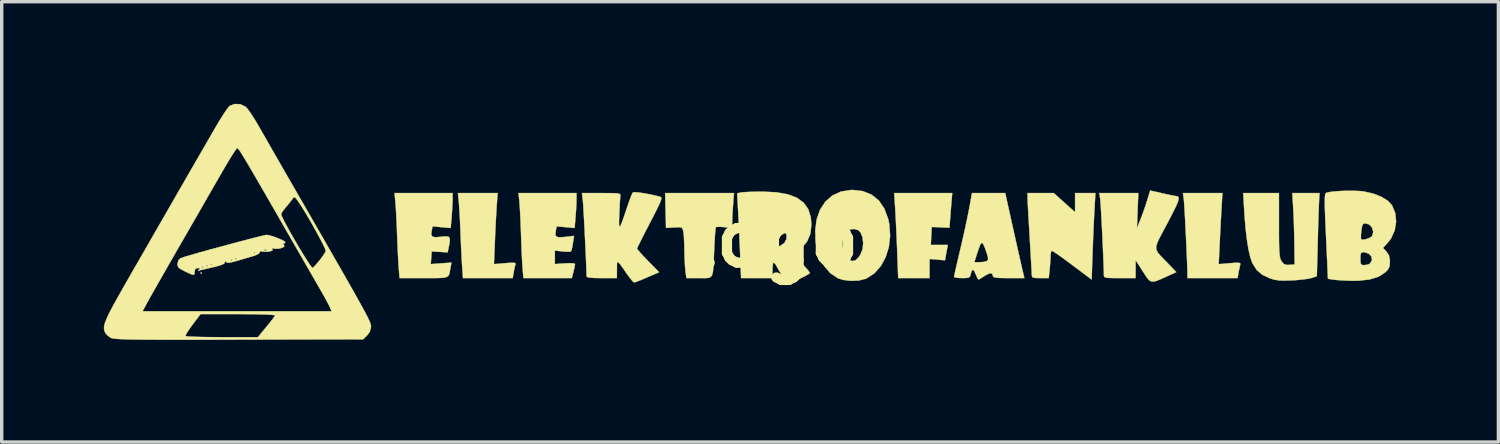
<source format=kicad_pcb>
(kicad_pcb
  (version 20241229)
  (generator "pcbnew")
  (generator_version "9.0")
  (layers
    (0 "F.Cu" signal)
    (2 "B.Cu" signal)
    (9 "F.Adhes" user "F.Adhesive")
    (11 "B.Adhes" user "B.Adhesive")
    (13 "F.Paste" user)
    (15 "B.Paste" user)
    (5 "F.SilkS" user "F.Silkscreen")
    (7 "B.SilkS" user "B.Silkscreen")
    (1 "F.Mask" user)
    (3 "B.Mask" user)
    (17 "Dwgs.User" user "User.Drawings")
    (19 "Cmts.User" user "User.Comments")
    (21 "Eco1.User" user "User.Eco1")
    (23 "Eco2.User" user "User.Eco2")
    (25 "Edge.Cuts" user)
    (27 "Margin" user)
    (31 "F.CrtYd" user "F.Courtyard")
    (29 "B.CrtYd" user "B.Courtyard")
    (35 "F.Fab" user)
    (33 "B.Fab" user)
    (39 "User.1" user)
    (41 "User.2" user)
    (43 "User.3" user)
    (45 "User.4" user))
  (footprint "logo"
    (layer "F.Cu")
    (at 19.687 3.977)
    (property "Reference" "logo" (at 0 0 0) (layer "F.SilkS") (effects (font (size 1.524 1.524) (thickness 0.3))))
    (attr through_hole)
    (fp_poly (pts (xy -16.806 0.995) (xy -16.828 1.016) (xy -16.849 0.995) (xy -16.828 0.974) (xy -16.806 0.995)) (stroke (width 0.01) (type solid)) (fill yes) (layer "F.SilkS"))
    (fp_poly (pts (xy 5.224 -1.175) (xy 5.213 -1.041) (xy 5.198 -0.861) (xy 5.184 -0.673) (xy 5.183 -0.665) (xy 5.157 -0.336) (xy 4.896 -0.348) (xy 4.636 -0.36) (xy 4.623 -0.095) (xy 4.61 0.169) (xy 5.108 0.169) (xy 5.067 0.395) (xy 5.026 0.62) (xy 4.572 0.582) (xy 4.572 1.143) (xy 3.651 1.143) (xy 3.62 0.307) (xy 3.608 0.015) (xy 3.595 -0.281) (xy 3.582 -0.556) (xy 3.57 -0.79) (xy 3.561 -0.942) (xy 3.533 -1.355) (xy 5.239 -1.355) (xy 5.224 -1.175)) (stroke (width 0.01) (type solid)) (fill yes) (layer "F.SilkS"))
    (fp_poly (pts (xy -8.142 -1.005) (xy -8.153 -0.837) (xy -8.166 -0.61) (xy -8.179 -0.348) (xy -8.192 -0.077) (xy -8.196 0.038) (xy -8.225 0.733) (xy -7.897 0.705) (xy -7.732 0.693) (xy -7.637 0.693) (xy -7.595 0.706) (xy -7.591 0.735) (xy -7.594 0.745) (xy -7.618 0.829) (xy -7.642 0.952) (xy -7.647 0.977) (xy -7.673 1.143) (xy -9.136 1.143) (xy -9.16 0.794) (xy -9.171 0.619) (xy -9.183 0.388) (xy -9.195 0.127) (xy -9.206 -0.136) (xy -9.208 -0.191) (xy -9.218 -0.44) (xy -9.23 -0.684) (xy -9.243 -0.897) (xy -9.254 -1.057) (xy -9.257 -1.09) (xy -9.283 -1.355) (xy -8.116 -1.355) (xy -8.142 -1.005)) (stroke (width 0.01) (type solid)) (fill yes) (layer "F.SilkS"))
    (fp_poly (pts (xy 13.151 -0.921) (xy 13.139 -0.707) (xy 13.125 -0.442) (xy 13.11 -0.158) (xy 13.097 0.111) (xy 13.097 0.123) (xy 13.068 0.733) (xy 13.395 0.706) (xy 13.559 0.693) (xy 13.654 0.693) (xy 13.697 0.706) (xy 13.704 0.735) (xy 13.7 0.752) (xy 13.678 0.842) (xy 13.653 0.966) (xy 13.65 0.984) (xy 13.622 1.143) (xy 12.15 1.143) (xy 12.149 1.027) (xy 12.147 0.904) (xy 12.141 0.72) (xy 12.131 0.49) (xy 12.12 0.229) (xy 12.107 -0.048) (xy 12.093 -0.325) (xy 12.08 -0.588) (xy 12.067 -0.821) (xy 12.055 -1.008) (xy 12.046 -1.135) (xy 12.042 -1.175) (xy 12.017 -1.355) (xy 13.177 -1.355) (xy 13.151 -0.921)) (stroke (width 0.01) (type solid)) (fill yes) (layer "F.SilkS"))
    (fp_poly (pts (xy -1.173 -1.355) (xy -1.2 -1.005) (xy -1.213 -0.817) (xy -1.223 -0.64) (xy -1.227 -0.507) (xy -1.227 -0.492) (xy -1.228 -0.327) (xy -1.458 -0.354) (xy -1.588 -0.364) (xy -1.681 -0.36) (xy -1.708 -0.349) (xy -1.717 -0.298) (xy -1.727 -0.177) (xy -1.739 -0.004) (xy -1.75 0.208) (xy -1.755 0.318) (xy -1.767 0.602) (xy -1.777 0.812) (xy -1.792 0.96) (xy -1.817 1.057) (xy -1.859 1.112) (xy -1.923 1.138) (xy -2.014 1.145) (xy -2.14 1.143) (xy -2.196 1.143) (xy -2.571 1.143) (xy -2.598 0.947) (xy -2.61 0.817) (xy -2.621 0.633) (xy -2.628 0.425) (xy -2.63 0.322) (xy -2.635 0.125) (xy -2.643 -0.053) (xy -2.655 -0.186) (xy -2.662 -0.233) (xy -2.682 -0.304) (xy -2.716 -0.341) (xy -2.787 -0.351) (xy -2.918 -0.346) (xy -2.93 -0.345) (xy -3.17 -0.331) (xy -3.183 -0.843) (xy -3.196 -1.355) (xy -1.173 -1.355)) (stroke (width 0.01) (type solid)) (fill yes) (layer "F.SilkS"))
    (fp_poly (pts (xy 8.534 -1.074) (xy 8.848 -0.794) (xy 8.848 -1.355) (xy 9.445 -1.355) (xy 9.417 -0.857) (xy 9.405 -0.641) (xy 9.393 -0.368) (xy 9.38 -0.064) (xy 9.368 0.241) (xy 9.361 0.413) (xy 9.335 1.187) (xy 8.77 0.763) (xy 8.58 0.622) (xy 8.412 0.5) (xy 8.279 0.408) (xy 8.193 0.352) (xy 8.167 0.339) (xy 8.141 0.376) (xy 8.128 0.467) (xy 8.128 0.481) (xy 8.123 0.602) (xy 8.112 0.765) (xy 8.101 0.883) (xy 8.074 1.143) (xy 7.826 1.143) (xy 7.687 1.14) (xy 7.612 1.127) (xy 7.582 1.095) (xy 7.577 1.048) (xy 7.574 0.98) (xy 7.566 0.84) (xy 7.555 0.642) (xy 7.541 0.399) (xy 7.525 0.123) (xy 7.514 -0.064) (xy 7.497 -0.356) (xy 7.481 -0.628) (xy 7.468 -0.864) (xy 7.458 -1.052) (xy 7.453 -1.177) (xy 7.452 -1.217) (xy 7.451 -1.355) (xy 8.221 -1.355) (xy 8.534 -1.074)) (stroke (width 0.01) (type solid)) (fill yes) (layer "F.SilkS"))
    (fp_poly (pts (xy -5.8 -1.171) (xy -5.803 -1.035) (xy -5.813 -0.853) (xy -5.827 -0.664) (xy -5.828 -0.657) (xy -5.855 -0.328) (xy -6.383 -0.377) (xy -6.408 -0.248) (xy -6.421 -0.14) (xy -6.397 -0.079) (xy -6.321 -0.056) (xy -6.181 -0.062) (xy -6.129 -0.068) (xy -5.873 -0.097) (xy -5.904 0.11) (xy -5.926 0.238) (xy -5.948 0.33) (xy -5.957 0.353) (xy -6.008 0.369) (xy -6.115 0.369) (xy -6.207 0.361) (xy -6.435 0.333) (xy -6.435 0.731) (xy -6.138 0.71) (xy -5.988 0.704) (xy -5.883 0.71) (xy -5.842 0.727) (xy -5.842 0.728) (xy -5.852 0.79) (xy -5.876 0.9) (xy -5.889 0.955) (xy -5.937 1.143) (xy -7.359 1.143) (xy -7.382 0.878) (xy -7.391 0.746) (xy -7.402 0.55) (xy -7.413 0.31) (xy -7.423 0.049) (xy -7.429 -0.127) (xy -7.439 -0.39) (xy -7.449 -0.642) (xy -7.461 -0.863) (xy -7.472 -1.034) (xy -7.478 -1.111) (xy -7.504 -1.355) (xy -5.8 -1.355) (xy -5.8 -1.171)) (stroke (width 0.01) (type solid)) (fill yes) (layer "F.SilkS"))
    (fp_poly (pts (xy -9.44 -1.171) (xy -9.444 -1.035) (xy -9.454 -0.853) (xy -9.468 -0.664) (xy -9.468 -0.657) (xy -9.496 -0.328) (xy -9.762 -0.352) (xy -10.027 -0.377) (xy -10.054 -0.253) (xy -10.067 -0.138) (xy -10.035 -0.076) (xy -9.944 -0.057) (xy -9.82 -0.068) (xy -9.655 -0.084) (xy -9.56 -0.072) (xy -9.521 -0.021) (xy -9.525 0.082) (xy -9.54 0.168) (xy -9.585 0.387) (xy -9.82 0.373) (xy -10.054 0.36) (xy -10.067 0.546) (xy -10.081 0.731) (xy -9.778 0.71) (xy -9.475 0.688) (xy -9.502 0.841) (xy -9.521 0.951) (xy -9.539 1.03) (xy -9.571 1.084) (xy -9.628 1.117) (xy -9.722 1.135) (xy -9.866 1.142) (xy -10.073 1.143) (xy -10.286 1.143) (xy -10.999 1.143) (xy -11.023 0.836) (xy -11.033 0.681) (xy -11.045 0.466) (xy -11.056 0.217) (xy -11.067 -0.043) (xy -11.07 -0.127) (xy -11.08 -0.382) (xy -11.092 -0.633) (xy -11.104 -0.856) (xy -11.116 -1.026) (xy -11.119 -1.069) (xy -11.145 -1.355) (xy -9.44 -1.355) (xy -9.44 -1.171)) (stroke (width 0.01) (type solid)) (fill yes) (layer "F.SilkS"))
    (fp_poly (pts (xy 2.608 -1.413) (xy 2.869 -1.309) (xy 3.083 -1.136) (xy 3.246 -0.896) (xy 3.358 -0.592) (xy 3.391 -0.432) (xy 3.414 -0.096) (xy 3.377 0.229) (xy 3.283 0.529) (xy 3.14 0.791) (xy 2.953 1.002) (xy 2.727 1.15) (xy 2.7 1.162) (xy 2.501 1.213) (xy 2.267 1.224) (xy 2.037 1.197) (xy 1.883 1.149) (xy 1.661 1.002) (xy 1.476 0.788) (xy 1.335 0.517) (xy 1.246 0.199) (xy 1.243 0.18) (xy 2.013 0.18) (xy 2.05 0.375) (xy 2.135 0.536) (xy 2.18 0.582) (xy 2.288 0.643) (xy 2.388 0.627) (xy 2.488 0.532) (xy 2.542 0.452) (xy 2.604 0.296) (xy 2.623 0.118) (xy 2.603 -0.055) (xy 2.545 -0.197) (xy 2.481 -0.264) (xy 2.369 -0.299) (xy 2.239 -0.287) (xy 2.132 -0.235) (xy 2.102 -0.201) (xy 2.03 -0.021) (xy 2.013 0.18) (xy 1.243 0.18) (xy 1.234 0.122) (xy 1.213 -0.248) (xy 1.255 -0.58) (xy 1.356 -0.867) (xy 1.511 -1.103) (xy 1.717 -1.283) (xy 1.969 -1.399) (xy 2.263 -1.446) (xy 2.3 -1.447) (xy 2.608 -1.413)) (stroke (width 0.01) (type solid)) (fill yes) (layer "F.SilkS"))
    (fp_poly (pts (xy 14.838 -0.411) (xy 14.838 -0.099) (xy 14.841 0.139) (xy 14.846 0.316) (xy 14.855 0.444) (xy 14.868 0.533) (xy 14.886 0.595) (xy 14.91 0.643) (xy 14.914 0.65) (xy 14.983 0.73) (xy 15.069 0.756) (xy 15.145 0.754) (xy 15.299 0.741) (xy 15.29 0.106) (xy 15.285 -0.162) (xy 15.277 -0.442) (xy 15.267 -0.703) (xy 15.257 -0.914) (xy 15.255 -0.942) (xy 15.229 -1.355) (xy 16.03 -1.355) (xy 16.017 -1.132) (xy 16.012 -1.026) (xy 16.005 -0.85) (xy 15.997 -0.621) (xy 15.989 -0.353) (xy 15.981 -0.062) (xy 15.977 0.09) (xy 15.951 1.089) (xy 15.796 1.14) (xy 15.686 1.164) (xy 15.52 1.186) (xy 15.324 1.204) (xy 15.219 1.21) (xy 14.998 1.217) (xy 14.835 1.211) (xy 14.703 1.19) (xy 14.574 1.151) (xy 14.572 1.151) (xy 14.349 1.046) (xy 14.187 0.908) (xy 14.062 0.714) (xy 14.055 0.7) (xy 13.997 0.537) (xy 13.943 0.302) (xy 13.895 0.006) (xy 13.855 -0.338) (xy 13.824 -0.718) (xy 13.818 -0.826) (xy 13.788 -1.355) (xy 14.313 -1.355) (xy 14.838 -1.355) (xy 14.838 -0.411)) (stroke (width 0.01) (type solid)) (fill yes) (layer "F.SilkS"))
    (fp_poly (pts (xy 11.401 -1.351) (xy 11.565 -1.314) (xy 11.698 -1.287) (xy 11.779 -1.272) (xy 11.79 -1.27) (xy 11.849 -1.262) (xy 11.884 -1.237) (xy 11.892 -1.186) (xy 11.87 -1.099) (xy 11.815 -0.969) (xy 11.724 -0.785) (xy 11.596 -0.538) (xy 11.559 -0.466) (xy 11.424 -0.214) (xy 11.324 -0.025) (xy 11.26 0.116) (xy 11.23 0.223) (xy 11.237 0.31) (xy 11.279 0.393) (xy 11.356 0.485) (xy 11.47 0.602) (xy 11.572 0.706) (xy 11.823 0.967) (xy 11.533 1.099) (xy 11.338 1.187) (xy 11.202 1.238) (xy 11.107 1.248) (xy 11.032 1.214) (xy 10.959 1.13) (xy 10.869 0.993) (xy 10.839 0.946) (xy 10.626 0.614) (xy 10.626 0.878) (xy 10.626 1.143) (xy 10.16 1.143) (xy 9.957 1.142) (xy 9.823 1.138) (xy 9.745 1.128) (xy 9.707 1.107) (xy 9.695 1.075) (xy 9.694 1.048) (xy 9.692 0.929) (xy 9.686 0.748) (xy 9.677 0.521) (xy 9.666 0.263) (xy 9.653 -0.013) (xy 9.64 -0.291) (xy 9.626 -0.556) (xy 9.613 -0.795) (xy 9.601 -0.991) (xy 9.591 -1.131) (xy 9.585 -1.196) (xy 9.56 -1.355) (xy 10.706 -1.355) (xy 10.685 -0.836) (xy 10.665 -0.318) (xy 10.774 -0.592) (xy 10.848 -0.79) (xy 10.925 -1.01) (xy 10.969 -1.148) (xy 11.054 -1.429) (xy 11.401 -1.351)) (stroke (width 0.01) (type solid)) (fill yes) (layer "F.SilkS"))
    (fp_poly (pts (xy 7.019 -0.349) (xy 7.085 -0.053) (xy 7.148 0.229) (xy 7.206 0.483) (xy 7.253 0.694) (xy 7.288 0.845) (xy 7.301 0.9) (xy 7.358 1.143) (xy 6.897 1.143) (xy 6.688 1.141) (xy 6.55 1.134) (xy 6.471 1.12) (xy 6.438 1.097) (xy 6.435 1.082) (xy 6.41 1.008) (xy 6.335 1.003) (xy 6.211 1.065) (xy 6.193 1.077) (xy 6.093 1.142) (xy 6.024 1.181) (xy 6.01 1.185) (xy 5.982 1.15) (xy 5.942 1.062) (xy 5.932 1.037) (xy 5.881 0.925) (xy 5.837 0.897) (xy 5.801 0.953) (xy 5.785 1.016) (xy 5.765 1.089) (xy 5.729 1.126) (xy 5.652 1.141) (xy 5.526 1.143) (xy 5.398 1.137) (xy 5.313 1.123) (xy 5.292 1.109) (xy 5.301 1.059) (xy 5.327 0.94) (xy 5.367 0.765) (xy 5.387 0.677) (xy 5.888 0.677) (xy 6.045 0.677) (xy 6.165 0.667) (xy 6.253 0.643) (xy 6.26 0.639) (xy 6.29 0.604) (xy 6.29 0.541) (xy 6.259 0.428) (xy 6.249 0.397) (xy 6.188 0.227) (xy 6.143 0.133) (xy 6.107 0.108) (xy 6.073 0.144) (xy 6.051 0.192) (xy 6.005 0.315) (xy 5.955 0.463) (xy 5.945 0.497) (xy 5.888 0.677) (xy 5.387 0.677) (xy 5.417 0.549) (xy 5.475 0.303) (xy 5.477 0.294) (xy 5.543 0.011) (xy 5.608 -0.28) (xy 5.667 -0.554) (xy 5.715 -0.788) (xy 5.741 -0.921) (xy 5.819 -1.355) (xy 6.796 -1.355) (xy 7.019 -0.349)) (stroke (width 0.01) (type solid)) (fill yes) (layer "F.SilkS"))
    (fp_poly (pts (xy 0.071 -1.378) (xy 0.408 -1.318) (xy 0.675 -1.217) (xy 0.874 -1.072) (xy 1.01 -0.881) (xy 1.084 -0.642) (xy 1.101 -0.423) (xy 1.07 -0.155) (xy 0.974 0.07) (xy 0.803 0.267) (xy 0.759 0.305) (xy 0.584 0.451) (xy 0.821 0.707) (xy 0.93 0.829) (xy 1.013 0.927) (xy 1.056 0.985) (xy 1.058 0.993) (xy 1.023 1.023) (xy 0.929 1.077) (xy 0.796 1.144) (xy 0.773 1.156) (xy 0.631 1.222) (xy 0.521 1.274) (xy 0.463 1.302) (xy 0.46 1.303) (xy 0.421 1.28) (xy 0.351 1.209) (xy 0.305 1.154) (xy 0.208 1.017) (xy 0.122 0.874) (xy 0.102 0.835) (xy 0.047 0.736) (xy 0.002 0.682) (xy -0.008 0.677) (xy -0.027 0.716) (xy -0.039 0.814) (xy -0.042 0.91) (xy -0.042 1.143) (xy -0.965 1.143) (xy -0.993 0.434) (xy -1.005 0.142) (xy -1.014 -0.042) (xy 0 -0.042) (xy 0.003 0.104) (xy 0.011 0.21) (xy 0.022 0.254) (xy 0.023 0.254) (xy 0.073 0.239) (xy 0.168 0.203) (xy 0.188 0.194) (xy 0.308 0.109) (xy 0.37 -0.006) (xy 0.371 -0.129) (xy 0.309 -0.237) (xy 0.232 -0.289) (xy 0.12 -0.333) (xy 0.051 -0.333) (xy 0.015 -0.277) (xy 0.001 -0.155) (xy 0 -0.042) (xy -1.014 -0.042) (xy -1.019 -0.171) (xy -1.034 -0.476) (xy -1.047 -0.738) (xy -1.051 -0.812) (xy -1.08 -1.348) (xy -0.958 -1.373) (xy -0.868 -1.382) (xy -0.715 -1.39) (xy -0.522 -1.395) (xy -0.338 -1.397) (xy 0.071 -1.378)) (stroke (width 0.01) (type solid)) (fill yes) (layer "F.SilkS"))
    (fp_poly (pts (xy -3.975 -1.372) (xy -3.818 -1.349) (xy -3.64 -1.317) (xy -3.461 -1.277) (xy -3.332 -1.243) (xy -3.31 -1.227) (xy -3.307 -1.19) (xy -3.326 -1.122) (xy -3.372 -1.014) (xy -3.449 -0.856) (xy -3.559 -0.639) (xy -3.639 -0.486) (xy -3.757 -0.258) (xy -3.86 -0.056) (xy -3.942 0.108) (xy -3.998 0.223) (xy -4.021 0.276) (xy -4.022 0.278) (xy -3.994 0.318) (xy -3.919 0.404) (xy -3.808 0.524) (xy -3.698 0.639) (xy -3.374 0.971) (xy -3.582 1.061) (xy -3.79 1.15) (xy -3.935 1.211) (xy -4.028 1.247) (xy -4.082 1.265) (xy -4.109 1.27) (xy -4.149 1.238) (xy -4.22 1.153) (xy -4.309 1.034) (xy -4.314 1.027) (xy -4.439 0.846) (xy -4.524 0.729) (xy -4.575 0.673) (xy -4.601 0.673) (xy -4.611 0.724) (xy -4.612 0.824) (xy -4.612 0.878) (xy -4.614 1.143) (xy -5.059 1.143) (xy -5.273 1.14) (xy -5.412 1.13) (xy -5.485 1.112) (xy -5.504 1.09) (xy -5.507 0.959) (xy -5.514 0.767) (xy -5.524 0.531) (xy -5.536 0.265) (xy -5.55 -0.016) (xy -5.563 -0.295) (xy -5.577 -0.559) (xy -5.59 -0.791) (xy -5.601 -0.976) (xy -5.61 -1.1) (xy -5.613 -1.132) (xy -5.64 -1.355) (xy -5.07 -1.355) (xy -4.841 -1.354) (xy -4.683 -1.352) (xy -4.585 -1.344) (xy -4.532 -1.33) (xy -4.511 -1.307) (xy -4.511 -1.273) (xy -4.512 -1.259) (xy -4.52 -1.178) (xy -4.529 -1.035) (xy -4.538 -0.853) (xy -4.544 -0.72) (xy -4.55 -0.538) (xy -4.549 -0.42) (xy -4.538 -0.367) (xy -4.515 -0.383) (xy -4.475 -0.471) (xy -4.416 -0.633) (xy -4.335 -0.872) (xy -4.315 -0.931) (xy -4.254 -1.106) (xy -4.2 -1.251) (xy -4.16 -1.346) (xy -4.144 -1.373) (xy -4.091 -1.381) (xy -3.975 -1.372)) (stroke (width 0.01) (type solid)) (fill yes) (layer "F.SilkS"))
    (fp_poly (pts (xy 17.048 -1.422) (xy 17.233 -1.413) (xy 17.33 -1.402) (xy 17.604 -1.341) (xy 17.845 -1.247) (xy 18.037 -1.129) (xy 18.16 -0.996) (xy 18.255 -0.766) (xy 18.28 -0.514) (xy 18.239 -0.259) (xy 18.133 -0.025) (xy 18.047 0.088) (xy 17.895 0.257) (xy 17.996 0.365) (xy 18.069 0.474) (xy 18.096 0.615) (xy 18.098 0.663) (xy 18.087 0.798) (xy 18.041 0.893) (xy 17.962 0.975) (xy 17.762 1.103) (xy 17.5 1.184) (xy 17.17 1.22) (xy 17 1.222) (xy 16.804 1.216) (xy 16.62 1.206) (xy 16.478 1.194) (xy 16.447 1.19) (xy 16.277 1.164) (xy 16.268 0.953) (xy 16.263 0.85) (xy 16.256 0.679) (xy 16.251 0.572) (xy 17.23 0.572) (xy 17.234 0.689) (xy 17.255 0.744) (xy 17.308 0.761) (xy 17.348 0.762) (xy 17.454 0.745) (xy 17.518 0.711) (xy 17.571 0.612) (xy 17.554 0.511) (xy 17.48 0.428) (xy 17.36 0.384) (xy 17.317 0.381) (xy 17.263 0.393) (xy 17.237 0.442) (xy 17.23 0.551) (xy 17.23 0.572) (xy 16.251 0.572) (xy 16.245 0.452) (xy 16.233 0.185) (xy 16.22 -0.108) (xy 16.219 -0.118) (xy 17.247 -0.118) (xy 17.247 -0.024) (xy 17.253 0.003) (xy 17.304 0.016) (xy 17.396 -0.000126) (xy 17.494 -0.037) (xy 17.566 -0.083) (xy 17.575 -0.094) (xy 17.608 -0.214) (xy 17.577 -0.333) (xy 17.497 -0.427) (xy 17.382 -0.466) (xy 17.377 -0.466) (xy 17.32 -0.454) (xy 17.287 -0.407) (xy 17.265 -0.303) (xy 17.258 -0.248) (xy 17.247 -0.118) (xy 16.219 -0.118) (xy 16.211 -0.291) (xy 16.197 -0.626) (xy 16.187 -0.884) (xy 16.184 -1.076) (xy 16.186 -1.211) (xy 16.193 -1.297) (xy 16.206 -1.344) (xy 16.217 -1.357) (xy 16.3 -1.382) (xy 16.445 -1.401) (xy 16.633 -1.415) (xy 16.841 -1.422) (xy 17.048 -1.422)) (stroke (width 0.01) (type solid)) (fill yes) (layer "F.SilkS"))
    (fp_poly (pts (xy -14.82 -0.113) (xy -14.699 -0.076) (xy -14.567 -0.027) (xy -14.449 0.024) (xy -14.37 0.069) (xy -14.351 0.091) (xy -14.385 0.125) (xy -14.404 0.128) (xy -14.427 0.141) (xy -14.395 0.168) (xy -14.379 0.205) (xy -14.424 0.242) (xy -14.509 0.271) (xy -14.611 0.284) (xy -14.688 0.276) (xy -14.754 0.267) (xy -14.742 0.287) (xy -14.737 0.29) (xy -14.727 0.323) (xy -14.777 0.351) (xy -14.863 0.369) (xy -14.961 0.372) (xy -15.028 0.36) (xy -15.096 0.355) (xy -15.103 0.384) (xy -15.134 0.426) (xy -15.229 0.473) (xy -15.303 0.498) (xy -15.463 0.545) (xy -15.655 0.601) (xy -15.788 0.64) (xy -15.942 0.681) (xy -16.035 0.694) (xy -16.084 0.679) (xy -16.094 0.667) (xy -16.122 0.641) (xy -16.128 0.679) (xy -16.158 0.722) (xy -16.252 0.765) (xy -16.42 0.811) (xy -16.457 0.819) (xy -16.624 0.858) (xy -16.768 0.891) (xy -16.861 0.913) (xy -16.87 0.915) (xy -16.924 0.925) (xy -16.904 0.902) (xy -16.891 0.892) (xy -16.857 0.859) (xy -16.897 0.848) (xy -16.923 0.847) (xy -16.996 0.867) (xy -17.018 0.942) (xy -17.018 0.953) (xy -17.022 1.017) (xy -17.043 1.046) (xy -17.098 1.039) (xy -17.202 0.994) (xy -17.306 0.944) (xy -17.432 0.878) (xy -17.498 0.826) (xy -17.498 0.826) (xy -16.806 0.826) (xy -16.785 0.847) (xy -16.764 0.826) (xy -16.785 0.804) (xy -16.806 0.826) (xy -17.498 0.826) (xy -17.514 0.783) (xy -16.679 0.783) (xy -16.658 0.804) (xy -16.637 0.783) (xy -16.658 0.762) (xy -16.679 0.783) (xy -17.514 0.783) (xy -17.52 0.769) (xy -17.519 0.741) (xy -16.552 0.741) (xy -16.531 0.762) (xy -16.51 0.741) (xy -16.531 0.72) (xy -16.552 0.741) (xy -17.519 0.741) (xy -17.518 0.706) (xy -17.496 0.618) (xy -17.491 0.614) (xy -15.96 0.614) (xy -15.938 0.635) (xy -15.917 0.614) (xy -15.938 0.593) (xy -15.96 0.614) (xy -17.491 0.614) (xy -17.445 0.572) (xy -15.833 0.572) (xy -15.812 0.593) (xy -15.79 0.572) (xy -15.812 0.55) (xy -15.833 0.572) (xy -17.445 0.572) (xy -17.437 0.564) (xy -17.335 0.525) (xy -17.194 0.483) (xy -17 0.427) (xy -16.912 0.402) (xy -15.282 0.402) (xy -15.261 0.423) (xy -15.24 0.402) (xy -15.261 0.381) (xy -15.282 0.402) (xy -16.912 0.402) (xy -16.765 0.361) (xy -16.582 0.31) (xy -14.972 0.31) (xy -14.966 0.336) (xy -14.944 0.339) (xy -14.909 0.323) (xy -14.915 0.31) (xy -14.966 0.305) (xy -14.972 0.31) (xy -16.582 0.31) (xy -16.502 0.288) (xy -16.223 0.212) (xy -15.942 0.137) (xy -15.671 0.064) (xy -15.422 -0.001) (xy -15.208 -0.056) (xy -15.042 -0.097) (xy -14.936 -0.122) (xy -14.905 -0.127) (xy -14.82 -0.113)) (stroke (width 0.01) (type solid)) (fill yes) (layer "F.SilkS"))
    (fp_poly (pts (xy -15.675 -3.965) (xy -15.526 -3.895) (xy -15.523 -3.893) (xy -15.46 -3.824) (xy -15.369 -3.698) (xy -15.262 -3.532) (xy -15.15 -3.345) (xy -15.143 -3.332) (xy -15.059 -3.185) (xy -14.939 -2.976) (xy -14.791 -2.717) (xy -14.621 -2.421) (xy -14.436 -2.098) (xy -14.242 -1.762) (xy -14.056 -1.439) (xy -13.701 -0.823) (xy -13.386 -0.276) (xy -13.109 0.207) (xy -12.867 0.629) (xy -12.657 0.995) (xy -12.478 1.309) (xy -12.327 1.575) (xy -12.202 1.799) (xy -12.1 1.983) (xy -12.019 2.132) (xy -11.956 2.251) (xy -11.91 2.344) (xy -11.877 2.416) (xy -11.856 2.469) (xy -11.843 2.51) (xy -11.838 2.541) (xy -11.836 2.568) (xy -11.836 2.568) (xy -11.871 2.72) (xy -11.952 2.827) (xy -12.067 2.942) (xy -15.717 2.951) (xy -16.367 2.953) (xy -16.937 2.954) (xy -17.433 2.954) (xy -17.86 2.954) (xy -18.223 2.953) (xy -18.528 2.951) (xy -18.78 2.948) (xy -18.983 2.944) (xy -19.144 2.939) (xy -19.267 2.932) (xy -19.358 2.925) (xy -19.421 2.916) (xy -19.463 2.906) (xy -19.483 2.898) (xy -19.554 2.845) (xy -17.288 2.845) (xy -17.241 2.855) (xy -17.122 2.863) (xy -16.941 2.87) (xy -16.711 2.875) (xy -16.443 2.878) (xy -16.214 2.879) (xy -15.16 2.879) (xy -14.914 2.58) (xy -14.804 2.444) (xy -14.716 2.331) (xy -14.663 2.257) (xy -14.654 2.242) (xy -14.691 2.229) (xy -14.806 2.219) (xy -14.994 2.21) (xy -15.248 2.205) (xy -15.563 2.202) (xy -15.743 2.201) (xy -16.846 2.201) (xy -17.077 2.507) (xy -17.177 2.645) (xy -17.25 2.758) (xy -17.286 2.831) (xy -17.288 2.845) (xy -19.554 2.845) (xy -19.581 2.826) (xy -19.642 2.754) (xy -19.668 2.696) (xy -19.682 2.635) (xy -19.68 2.563) (xy -19.659 2.474) (xy -19.616 2.359) (xy -19.548 2.21) (xy -19.5 2.117) (xy -18.548 2.117) (xy -12.998 2.117) (xy -13.035 2.021) (xy -13.071 1.945) (xy -13.139 1.816) (xy -13.228 1.654) (xy -13.303 1.523) (xy -13.381 1.389) (xy -13.493 1.193) (xy -13.634 0.948) (xy -13.796 0.666) (xy -13.973 0.359) (xy -14.157 0.04) (xy -14.277 -0.169) (xy -14.561 -0.663) (xy -14.601 -0.734) (xy -14.477 -0.734) (xy -14.457 -0.672) (xy -14.401 -0.556) (xy -14.317 -0.396) (xy -14.213 -0.207) (xy -14.095 -0.001) (xy -13.973 0.208) (xy -13.853 0.407) (xy -13.743 0.583) (xy -13.652 0.724) (xy -13.585 0.815) (xy -13.553 0.845) (xy -13.515 0.813) (xy -13.441 0.732) (xy -13.346 0.619) (xy -13.346 0.618) (xy -13.254 0.496) (xy -13.19 0.396) (xy -13.166 0.339) (xy -13.186 0.28) (xy -13.242 0.162) (xy -13.325 0.001) (xy -13.427 -0.189) (xy -13.54 -0.393) (xy -13.657 -0.597) (xy -13.769 -0.786) (xy -13.868 -0.946) (xy -13.907 -1.007) (xy -13.998 -1.141) (xy -14.056 -1.214) (xy -14.093 -1.235) (xy -14.123 -1.213) (xy -14.149 -1.176) (xy -14.218 -1.084) (xy -14.312 -0.969) (xy -14.345 -0.931) (xy -14.424 -0.833) (xy -14.471 -0.755) (xy -14.477 -0.734) (xy -14.601 -0.734) (xy -14.806 -1.088) (xy -15.014 -1.45) (xy -15.19 -1.753) (xy -15.335 -2.003) (xy -15.454 -2.204) (xy -15.548 -2.362) (xy -15.621 -2.482) (xy -15.675 -2.567) (xy -15.715 -2.625) (xy -15.742 -2.659) (xy -15.76 -2.674) (xy -15.769 -2.677) (xy -15.803 -2.64) (xy -15.87 -2.541) (xy -15.965 -2.392) (xy -16.078 -2.205) (xy -16.196 -2.003) (xy -16.307 -1.809) (xy -16.453 -1.556) (xy -16.626 -1.256) (xy -16.817 -0.922) (xy -17.021 -0.569) (xy -17.228 -0.209) (xy -17.422 0.127) (xy -17.613 0.459) (xy -17.796 0.778) (xy -17.966 1.075) (xy -18.117 1.339) (xy -18.243 1.561) (xy -18.339 1.731) (xy -18.399 1.84) (xy -18.405 1.852) (xy -18.548 2.117) (xy -19.5 2.117) (xy -19.451 2.022) (xy -19.321 1.785) (xy -19.157 1.493) (xy -18.954 1.138) (xy -18.877 1.003) (xy -18.673 0.65) (xy -18.464 0.286) (xy -18.257 -0.075) (xy -18.06 -0.417) (xy -17.882 -0.725) (xy -17.732 -0.986) (xy -17.642 -1.143) (xy -17.494 -1.401) (xy -17.343 -1.663) (xy -17.201 -1.909) (xy -17.08 -2.12) (xy -16.996 -2.265) (xy -16.894 -2.441) (xy -16.764 -2.666) (xy -16.62 -2.915) (xy -16.477 -3.163) (xy -16.428 -3.249) (xy -16.305 -3.457) (xy -16.189 -3.642) (xy -16.091 -3.79) (xy -16.018 -3.887) (xy -15.99 -3.916) (xy -15.842 -3.972) (xy -15.675 -3.965)) (stroke (width 0.01) (type solid)) (fill yes) (layer "F.SilkS")))
  (gr_rect
    (start -3 -3)
    (end 40.972 9.936)
    (stroke (width 0.1) (type default))
    (fill no)
    (layer "Edge.Cuts")))
</source>
